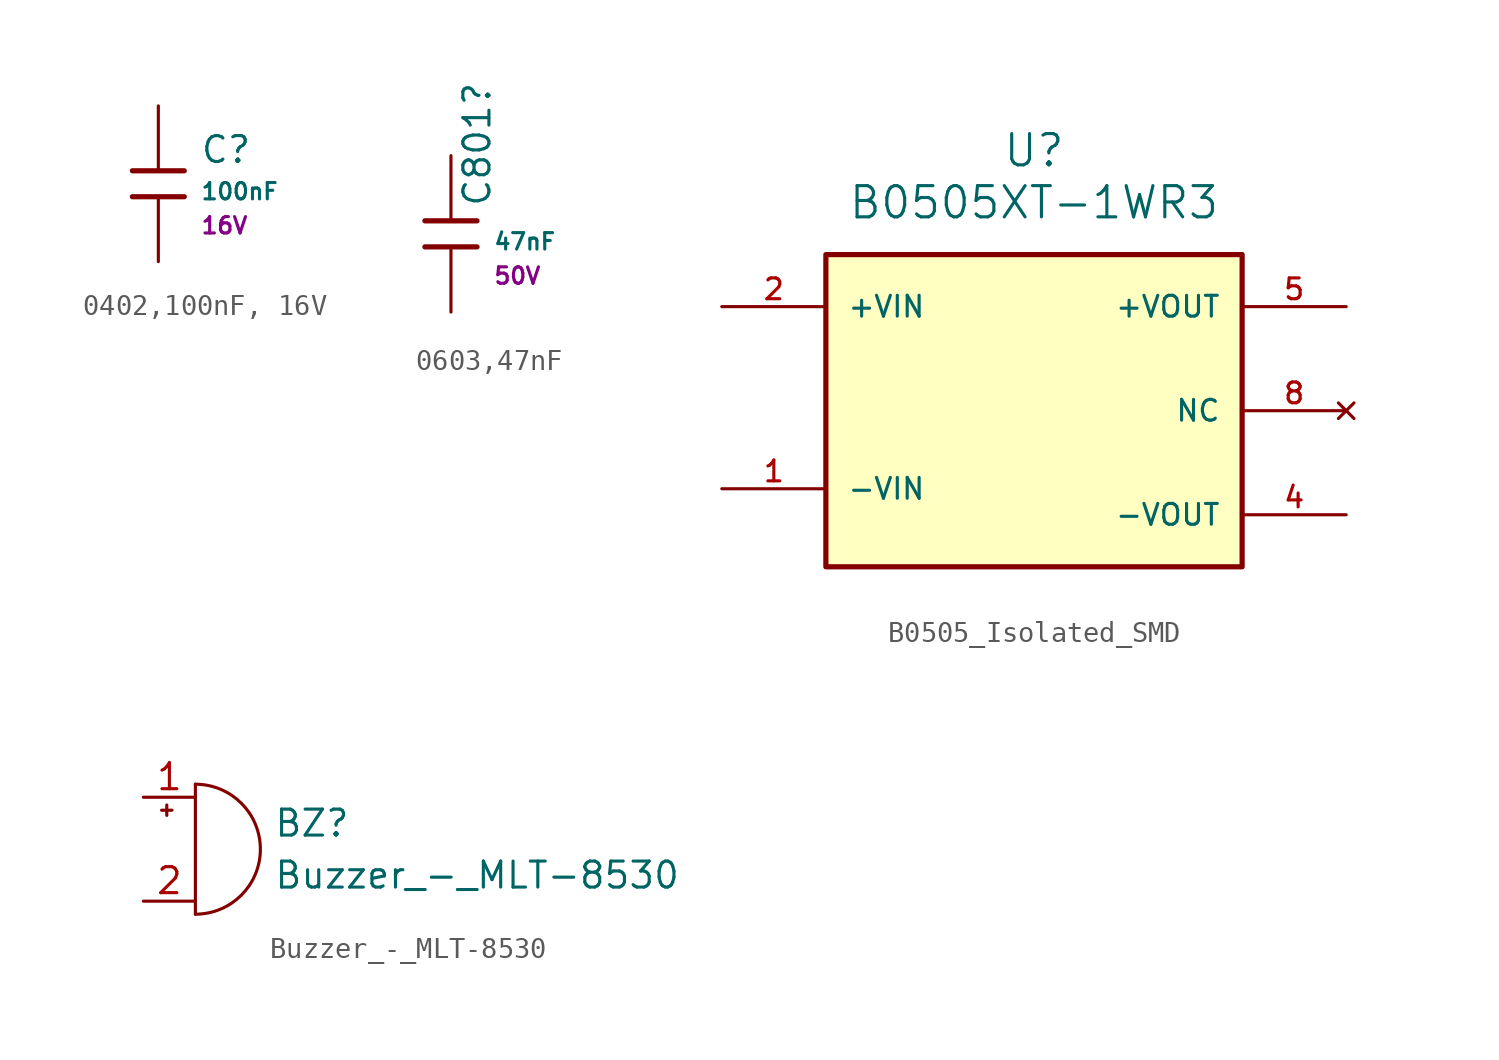
<source format=kicad_sym>
(kicad_symbol_lib
  (version 20241209)
  (generator "kicad_symbol_editor")
  (generator_version "9.0")
  (symbol "0402,100nF, 16V"
    (pin_numbers
      (hide yes))
    (pin_names
      (offset 0))
    (property "Reference" "C"
      (at 2.032 1.668 0)
      (effects (font (size 1.27 1.27)) (justify left)))
    (property "Value" "100nF"
      (at 2.032 -0.378 0)
      (effects (font (size 0.8 0.8)) (justify left)))
    (property "Voltage Rated" "16V"
      (at 2.032 -2.046 0)
      (effects (font (size 0.8 0.8)) (justify left)))
    (symbol "0402,100nF, 16V_0_1"
      (polyline (pts (xy -1.27 0.635) (xy 1.27 0.635)) (stroke (width 0.254) (type default)) (fill (type none)))
      (polyline (pts (xy -1.27 -0.635) (xy 1.27 -0.635)) (stroke (width 0.254) (type default)) (fill (type none))))
    (symbol "0402,100nF, 16V_1_1"
      (pin passive line (at 0 3.81 270) (length 3.175) (name "~" (effects (font (size 1.27 1.27)))) (number "1" (effects (font (size 1.27 1.27)))))
      (pin passive line (at 0 -3.81 90) (length 3.175) (name "~" (effects (font (size 1.27 1.27)))) (number "2" (effects (font (size 1.27 1.27)))))))
  (symbol "0603,47nF"
    (pin_numbers
      (hide yes))
    (pin_names
      (offset 0))
    (property "Reference" "C801"
      (at 1.27 1.27 90)
      (effects (font (size 1.27 1.27)) (justify left)))
    (property "Value" "47nF"
      (at 2.032 -0.378 0)
      (effects (font (size 0.8 0.8)) (justify left)))
    (property "Voltage Rated" "50V"
      (at 2.032 -2.046 0)
      (effects (font (size 0.8 0.8)) (justify left)))
    (symbol "0603,47nF_0_1"
      (polyline (pts (xy -1.27 0.635) (xy 1.27 0.635)) (stroke (width 0.254) (type default)) (fill (type none)))
      (polyline (pts (xy -1.27 -0.635) (xy 1.27 -0.635)) (stroke (width 0.254) (type default)) (fill (type none))))
    (symbol "0603,47nF_1_1"
      (pin passive line (at 0 3.81 270) (length 3.175) (name "~" (effects (font (size 1.27 1.27)))) (number "1" (effects (font (size 1.27 1.27)))))
      (pin passive line (at 0 -3.81 90) (length 3.175) (name "~" (effects (font (size 1.27 1.27)))) (number "2" (effects (font (size 1.27 1.27)))))))
  (symbol "B0505_Isolated_SMD"
    (pin_names
      (offset 1.016))
    (property "Reference" "U"
      (at 0 12.7 0)
      (effects (font (size 1.524 1.524))))
    (property "Value" "B0505XT-1WR3"
      (at 0 10.16 0)
      (effects (font (size 1.524 1.524))))
    (symbol "B0505_Isolated_SMD_0_0"
      (rectangle (start -10.16 7.62) (end 10.16 -7.62) (stroke (width 0.254) (type default)) (fill (type background)))
      (pin no_connect line (at 15.24 0 180) (length 5.08) (name "NC" (effects (font (size 1.016 1.016)))) (number "8" (effects (font (size 1.016 1.016))))))
    (symbol "B0505_Isolated_SMD_1_0"
      (pin power_in line (at -15.24 5.08 0) (length 5.08) (name "+VIN" (effects (font (size 1.016 1.016)))) (number "2" (effects (font (size 1.016 1.016)))))
      (pin power_in line (at -15.24 -3.81 0) (length 5.08) (name "-VIN" (effects (font (size 1.016 1.016)))) (number "1" (effects (font (size 1.016 1.016)))))
      (pin power_out line (at 15.24 5.08 180) (length 5.08) (name "+VOUT" (effects (font (size 1.016 1.016)))) (number "5" (effects (font (size 1.016 1.016)))))
      (pin power_out line (at 15.24 -5.08 180) (length 5.08) (name "-VOUT" (effects (font (size 1.016 1.016)))) (number "4" (effects (font (size 1.016 1.016)))))))
  (symbol "Buzzer_-_MLT-8530"
    (pin_names
      (offset 0.025)
      (hide yes))
    (property "Reference" "BZ"
      (at 3.81 1.27 0)
      (effects (font (size 1.27 1.27)) (justify left)))
    (property "Value" "Buzzer_-_MLT-8530"
      (at 3.81 -1.27 0)
      (effects (font (size 1.27 1.27)) (justify left)))
    (symbol "Buzzer_-_MLT-8530_0_1"
      (polyline (pts (xy -1.651 1.905) (xy -1.143 1.905)) (stroke (width 0) (type default)) (fill (type none)))
      (polyline (pts (xy -1.397 2.159) (xy -1.397 1.651)) (stroke (width 0) (type default)) (fill (type none)))
      (arc (start 0 3.175) (mid 3.1612 0) (end 0 -3.175) (stroke (width 0) (type default)) (fill (type none)))
      (polyline (pts (xy 0 3.175) (xy 0 -3.175)) (stroke (width 0) (type default)) (fill (type none))))
    (symbol "Buzzer_-_MLT-8530_1_1"
      (pin passive line (at -2.54 2.54 0) (length 2.54) (name "+" (effects (font (size 1.27 1.27)))) (number "1" (effects (font (size 1.27 1.27)))))
      (pin passive line (at -2.54 -2.54 0) (length 2.54) (name "-" (effects (font (size 1.27 1.27)))) (number "2" (effects (font (size 1.27 1.27))))))))
</source>
